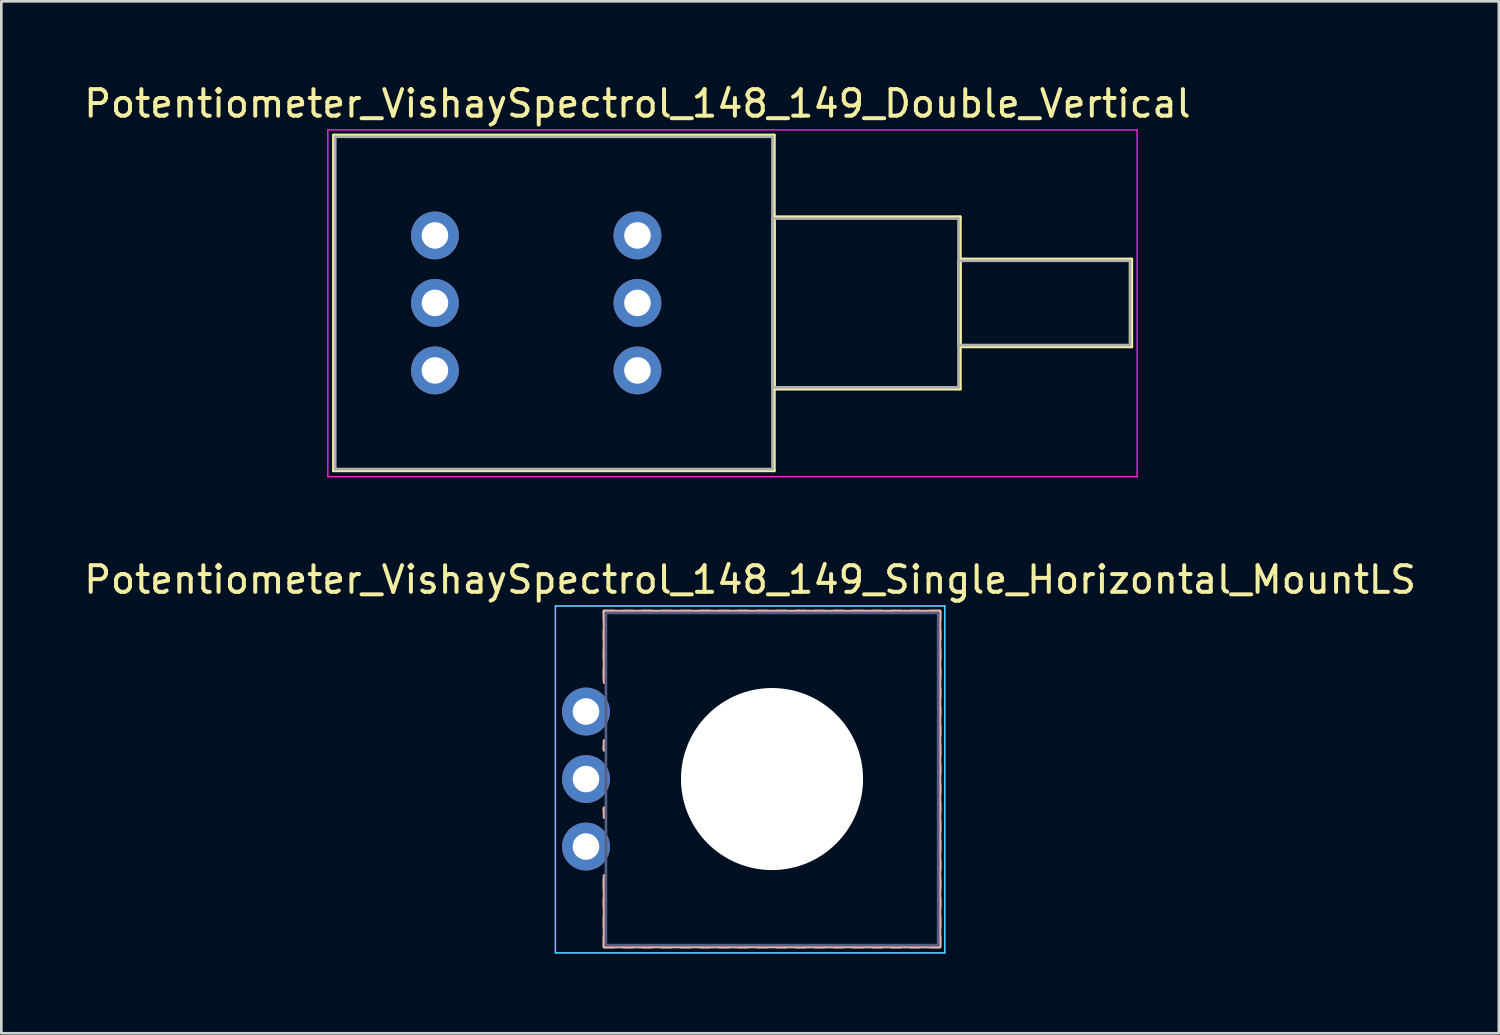
<source format=kicad_pcb>
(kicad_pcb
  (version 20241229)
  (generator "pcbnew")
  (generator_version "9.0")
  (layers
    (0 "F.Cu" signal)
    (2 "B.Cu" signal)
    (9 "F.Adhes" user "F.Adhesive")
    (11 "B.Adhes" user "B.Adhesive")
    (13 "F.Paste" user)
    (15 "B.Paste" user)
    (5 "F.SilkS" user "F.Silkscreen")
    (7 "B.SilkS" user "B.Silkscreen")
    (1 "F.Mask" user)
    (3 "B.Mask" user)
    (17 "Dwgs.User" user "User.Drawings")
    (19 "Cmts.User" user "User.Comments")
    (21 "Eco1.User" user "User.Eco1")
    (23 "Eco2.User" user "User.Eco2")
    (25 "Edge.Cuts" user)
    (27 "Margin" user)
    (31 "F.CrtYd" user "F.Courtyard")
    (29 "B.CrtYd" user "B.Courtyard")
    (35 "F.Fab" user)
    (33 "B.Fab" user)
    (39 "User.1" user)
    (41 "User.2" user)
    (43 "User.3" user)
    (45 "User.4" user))
  (footprint "Potentiometer_VishaySpectrol_148_149_Single_Horizontal_MountLS"
    (layer "F.Cu")
    (at 18.998 28.802)
    (property "Reference" "Potentiometer_VishaySpectrol_148_149_Single_Horizontal_MountLS" (at 6.175 -10.04 0) (layer "F.SilkS") (effects (font (size 1 1) (thickness 0.15))))
    (attr through_hole)
    (fp_line (start 0.69 -8.85) (end 0.69 -8.49) (stroke (width 0.12) (type solid)) (layer "F.SilkS"))
    (fp_line (start 0.69 -8.85) (end 1.05 -8.85) (stroke (width 0.12) (type solid)) (layer "F.SilkS"))
    (fp_line (start 0.69 -8.13) (end 0.69 -7.77) (stroke (width 0.12) (type solid)) (layer "F.SilkS"))
    (fp_line (start 0.69 -7.41) (end 0.69 -7.051) (stroke (width 0.12) (type solid)) (layer "F.SilkS"))
    (fp_line (start 0.69 -6.69) (end 0.69 -6.33) (stroke (width 0.12) (type solid)) (layer "F.SilkS"))
    (fp_line (start 0.69 -3.81) (end 0.69 -3.635) (stroke (width 0.12) (type solid)) (layer "F.SilkS"))
    (fp_line (start 0.69 -1.445) (end 0.69 -1.29) (stroke (width 0.12) (type solid)) (layer "F.SilkS"))
    (fp_line (start 0.69 1.23) (end 0.69 1.59) (stroke (width 0.12) (type solid)) (layer "F.SilkS"))
    (fp_line (start 0.69 1.95) (end 0.69 2.31) (stroke (width 0.12) (type solid)) (layer "F.SilkS"))
    (fp_line (start 0.69 2.67) (end 0.69 3.03) (stroke (width 0.12) (type solid)) (layer "F.SilkS"))
    (fp_line (start 0.69 3.39) (end 0.69 3.75) (stroke (width 0.12) (type solid)) (layer "F.SilkS"))
    (fp_line (start 0.69 3.77) (end 1.05 3.77) (stroke (width 0.12) (type solid)) (layer "F.SilkS"))
    (fp_line (start 1.41 -8.85) (end 1.77 -8.85) (stroke (width 0.12) (type solid)) (layer "F.SilkS"))
    (fp_line (start 1.41 3.77) (end 1.77 3.77) (stroke (width 0.12) (type solid)) (layer "F.SilkS"))
    (fp_line (start 2.13 -8.85) (end 2.49 -8.85) (stroke (width 0.12) (type solid)) (layer "F.SilkS"))
    (fp_line (start 2.13 3.77) (end 2.49 3.77) (stroke (width 0.12) (type solid)) (layer "F.SilkS"))
    (fp_line (start 2.85 -8.85) (end 3.21 -8.85) (stroke (width 0.12) (type solid)) (layer "F.SilkS"))
    (fp_line (start 2.85 3.77) (end 3.21 3.77) (stroke (width 0.12) (type solid)) (layer "F.SilkS"))
    (fp_line (start 3.57 -8.85) (end 3.93 -8.85) (stroke (width 0.12) (type solid)) (layer "F.SilkS"))
    (fp_line (start 3.57 3.77) (end 3.93 3.77) (stroke (width 0.12) (type solid)) (layer "F.SilkS"))
    (fp_line (start 4.29 -8.85) (end 4.65 -8.85) (stroke (width 0.12) (type solid)) (layer "F.SilkS"))
    (fp_line (start 4.29 3.77) (end 4.65 3.77) (stroke (width 0.12) (type solid)) (layer "F.SilkS"))
    (fp_line (start 5.01 -8.85) (end 5.37 -8.85) (stroke (width 0.12) (type solid)) (layer "F.SilkS"))
    (fp_line (start 5.01 3.77) (end 5.37 3.77) (stroke (width 0.12) (type solid)) (layer "F.SilkS"))
    (fp_line (start 5.73 -8.85) (end 6.09 -8.85) (stroke (width 0.12) (type solid)) (layer "F.SilkS"))
    (fp_line (start 5.73 3.77) (end 6.09 3.77) (stroke (width 0.12) (type solid)) (layer "F.SilkS"))
    (fp_line (start 6.45 -8.85) (end 6.81 -8.85) (stroke (width 0.12) (type solid)) (layer "F.SilkS"))
    (fp_line (start 6.45 3.77) (end 6.81 3.77) (stroke (width 0.12) (type solid)) (layer "F.SilkS"))
    (fp_line (start 7.17 -8.85) (end 7.53 -8.85) (stroke (width 0.12) (type solid)) (layer "F.SilkS"))
    (fp_line (start 7.17 3.77) (end 7.53 3.77) (stroke (width 0.12) (type solid)) (layer "F.SilkS"))
    (fp_line (start 7.89 -8.85) (end 8.25 -8.85) (stroke (width 0.12) (type solid)) (layer "F.SilkS"))
    (fp_line (start 7.89 3.77) (end 8.25 3.77) (stroke (width 0.12) (type solid)) (layer "F.SilkS"))
    (fp_line (start 8.61 -8.85) (end 8.97 -8.85) (stroke (width 0.12) (type solid)) (layer "F.SilkS"))
    (fp_line (start 8.61 3.77) (end 8.97 3.77) (stroke (width 0.12) (type solid)) (layer "F.SilkS"))
    (fp_line (start 9.33 -8.85) (end 9.69 -8.85) (stroke (width 0.12) (type solid)) (layer "F.SilkS"))
    (fp_line (start 9.33 3.77) (end 9.69 3.77) (stroke (width 0.12) (type solid)) (layer "F.SilkS"))
    (fp_line (start 10.05 -8.85) (end 10.41 -8.85) (stroke (width 0.12) (type solid)) (layer "F.SilkS"))
    (fp_line (start 10.05 3.77) (end 10.41 3.77) (stroke (width 0.12) (type solid)) (layer "F.SilkS"))
    (fp_line (start 10.77 -8.85) (end 11.13 -8.85) (stroke (width 0.12) (type solid)) (layer "F.SilkS"))
    (fp_line (start 10.77 3.77) (end 11.13 3.77) (stroke (width 0.12) (type solid)) (layer "F.SilkS"))
    (fp_line (start 11.49 -8.85) (end 11.85 -8.85) (stroke (width 0.12) (type solid)) (layer "F.SilkS"))
    (fp_line (start 11.49 3.77) (end 11.85 3.77) (stroke (width 0.12) (type solid)) (layer "F.SilkS"))
    (fp_line (start 12.21 -8.85) (end 12.57 -8.85) (stroke (width 0.12) (type solid)) (layer "F.SilkS"))
    (fp_line (start 12.21 3.77) (end 12.57 3.77) (stroke (width 0.12) (type solid)) (layer "F.SilkS"))
    (fp_line (start 12.931 -8.85) (end 13.29 -8.85) (stroke (width 0.12) (type solid)) (layer "F.SilkS"))
    (fp_line (start 12.931 3.77) (end 13.29 3.77) (stroke (width 0.12) (type solid)) (layer "F.SilkS"))
    (fp_line (start 13.31 -8.85) (end 13.31 -8.49) (stroke (width 0.12) (type solid)) (layer "F.SilkS"))
    (fp_line (start 13.31 -8.13) (end 13.31 -7.77) (stroke (width 0.12) (type solid)) (layer "F.SilkS"))
    (fp_line (start 13.31 -7.41) (end 13.31 -7.051) (stroke (width 0.12) (type solid)) (layer "F.SilkS"))
    (fp_line (start 13.31 -6.69) (end 13.31 -6.33) (stroke (width 0.12) (type solid)) (layer "F.SilkS"))
    (fp_line (start 13.31 -5.971) (end 13.31 -5.611) (stroke (width 0.12) (type solid)) (layer "F.SilkS"))
    (fp_line (start 13.31 -5.251) (end 13.31 -4.89) (stroke (width 0.12) (type solid)) (layer "F.SilkS"))
    (fp_line (start 13.31 -4.53) (end 13.31 -4.17) (stroke (width 0.12) (type solid)) (layer "F.SilkS"))
    (fp_line (start 13.31 -3.81) (end 13.31 -3.45) (stroke (width 0.12) (type solid)) (layer "F.SilkS"))
    (fp_line (start 13.31 -3.09) (end 13.31 -2.73) (stroke (width 0.12) (type solid)) (layer "F.SilkS"))
    (fp_line (start 13.31 -2.37) (end 13.31 -2.01) (stroke (width 0.12) (type solid)) (layer "F.SilkS"))
    (fp_line (start 13.31 -1.65) (end 13.31 -1.29) (stroke (width 0.12) (type solid)) (layer "F.SilkS"))
    (fp_line (start 13.31 -0.93) (end 13.31 -0.57) (stroke (width 0.12) (type solid)) (layer "F.SilkS"))
    (fp_line (start 13.31 -0.21) (end 13.31 0.15) (stroke (width 0.12) (type solid)) (layer "F.SilkS"))
    (fp_line (start 13.31 0.51) (end 13.31 0.87) (stroke (width 0.12) (type solid)) (layer "F.SilkS"))
    (fp_line (start 13.31 1.23) (end 13.31 1.59) (stroke (width 0.12) (type solid)) (layer "F.SilkS"))
    (fp_line (start 13.31 1.95) (end 13.31 2.31) (stroke (width 0.12) (type solid)) (layer "F.SilkS"))
    (fp_line (start 13.31 2.67) (end 13.31 3.03) (stroke (width 0.12) (type solid)) (layer "F.SilkS"))
    (fp_line (start 13.31 3.39) (end 13.31 3.75) (stroke (width 0.12) (type solid)) (layer "F.SilkS"))
    (fp_line (start 0.69 -8.85) (end 0.69 -6.175) (stroke (width 0.12) (type solid)) (layer "B.SilkS"))
    (fp_line (start 0.69 -8.85) (end 13.31 -8.85) (stroke (width 0.12) (type solid)) (layer "B.SilkS"))
    (fp_line (start 0.69 -3.985) (end 0.69 -3.635) (stroke (width 0.12) (type solid)) (layer "B.SilkS"))
    (fp_line (start 0.69 -1.445) (end 0.69 -1.095) (stroke (width 0.12) (type solid)) (layer "B.SilkS"))
    (fp_line (start 0.69 1.095) (end 0.69 3.77) (stroke (width 0.12) (type solid)) (layer "B.SilkS"))
    (fp_line (start 0.69 3.77) (end 13.31 3.77) (stroke (width 0.12) (type solid)) (layer "B.SilkS"))
    (fp_line (start 13.31 -8.85) (end 13.31 3.77) (stroke (width 0.12) (type solid)) (layer "B.SilkS"))
    (fp_line (start -1.15 -9.05) (end -1.15 4) (stroke (width 0.05) (type solid)) (layer "B.CrtYd"))
    (fp_line (start -1.15 4) (end 13.5 4) (stroke (width 0.05) (type solid)) (layer "B.CrtYd"))
    (fp_line (start 13.5 -9.05) (end -1.15 -9.05) (stroke (width 0.05) (type solid)) (layer "B.CrtYd"))
    (fp_line (start 13.5 4) (end 13.5 -9.05) (stroke (width 0.05) (type solid)) (layer "B.CrtYd"))
    (fp_line (start -1.15 -9.05) (end -1.15 4) (stroke (width 0.05) (type solid)) (layer "F.CrtYd"))
    (fp_line (start -1.15 4) (end 13.5 4) (stroke (width 0.05) (type solid)) (layer "F.CrtYd"))
    (fp_line (start 13.5 -9.05) (end -1.15 -9.05) (stroke (width 0.05) (type solid)) (layer "F.CrtYd"))
    (fp_line (start 13.5 4) (end 13.5 -9.05) (stroke (width 0.05) (type solid)) (layer "F.CrtYd"))
    (fp_line (start 0.75 -8.79) (end 0.75 3.71) (stroke (width 0.1) (type solid)) (layer "B.Fab"))
    (fp_line (start 0.75 3.71) (end 13.25 3.71) (stroke (width 0.1) (type solid)) (layer "B.Fab"))
    (fp_line (start 13.25 -8.79) (end 0.75 -8.79) (stroke (width 0.1) (type solid)) (layer "B.Fab"))
    (fp_line (start 13.25 3.71) (end 13.25 -8.79) (stroke (width 0.1) (type solid)) (layer "B.Fab"))
    (fp_circle (center 7 -2.54) (end 8.585 -2.54) (stroke (width 0.1) (type solid)) (fill no) (layer "B.Fab"))
    (fp_circle (center 7 -2.54) (end 10.175 -2.54) (stroke (width 0.1) (type solid)) (fill no) (layer "B.Fab"))
    (pad "" np_thru_hole circle (at 7 -2.54) (size 6.85 6.85) (drill 6.85) (layers "*.Cu" "*.Mask"))
    (pad "1" thru_hole circle (at 0 0) (size 1.8 1.8) (drill 1) (layers "*.Cu" "*.Mask"))
    (pad "2" thru_hole circle (at 0 -2.54) (size 1.8 1.8) (drill 1) (layers "*.Cu" "*.Mask"))
    (pad "3" thru_hole circle (at 0 -5.08) (size 1.8 1.8) (drill 1) (layers "*.Cu" "*.Mask")))
  (footprint "Potentiometer_VishaySpectrol_148_149_Double_Vertical"
    (layer "F.Cu")
    (at 20.935 10.888)
    (property "Reference" "Potentiometer_VishaySpectrol_148_149_Double_Vertical" (at 0 -10.04 0) (layer "F.SilkS") (effects (font (size 1 1) (thickness 0.15))))
    (attr through_hole)
    (fp_line (start -11.43 -8.85) (end -11.43 3.77) (stroke (width 0.12) (type solid)) (layer "F.SilkS"))
    (fp_line (start -11.43 -8.85) (end 5.141 -8.85) (stroke (width 0.12) (type solid)) (layer "F.SilkS"))
    (fp_line (start -11.43 3.77) (end 5.141 3.77) (stroke (width 0.12) (type solid)) (layer "F.SilkS"))
    (fp_line (start 5.141 -8.85) (end 5.141 3.77) (stroke (width 0.12) (type solid)) (layer "F.SilkS"))
    (fp_line (start 5.141 -5.775) (end 5.141 0.695) (stroke (width 0.12) (type solid)) (layer "F.SilkS"))
    (fp_line (start 5.141 -5.775) (end 12.14 -5.775) (stroke (width 0.12) (type solid)) (layer "F.SilkS"))
    (fp_line (start 5.141 0.695) (end 12.14 0.695) (stroke (width 0.12) (type solid)) (layer "F.SilkS"))
    (fp_line (start 12.14 -5.775) (end 12.14 0.695) (stroke (width 0.12) (type solid)) (layer "F.SilkS"))
    (fp_line (start 12.14 -4.185) (end 12.14 -0.895) (stroke (width 0.12) (type solid)) (layer "F.SilkS"))
    (fp_line (start 12.14 -4.185) (end 18.591 -4.185) (stroke (width 0.12) (type solid)) (layer "F.SilkS"))
    (fp_line (start 12.14 -0.895) (end 18.591 -0.895) (stroke (width 0.12) (type solid)) (layer "F.SilkS"))
    (fp_line (start 18.591 -4.185) (end 18.591 -0.895) (stroke (width 0.12) (type solid)) (layer "F.SilkS"))
    (fp_line (start -11.65 -9.05) (end -11.65 4) (stroke (width 0.05) (type solid)) (layer "F.CrtYd"))
    (fp_line (start -11.65 4) (end 18.8 4) (stroke (width 0.05) (type solid)) (layer "F.CrtYd"))
    (fp_line (start 18.8 -9.05) (end -11.65 -9.05) (stroke (width 0.05) (type solid)) (layer "F.CrtYd"))
    (fp_line (start 18.8 4) (end 18.8 -9.05) (stroke (width 0.05) (type solid)) (layer "F.CrtYd"))
    (fp_line (start -11.37 -8.79) (end -11.37 3.71) (stroke (width 0.1) (type solid)) (layer "F.Fab"))
    (fp_line (start -11.37 3.71) (end 5.08 3.71) (stroke (width 0.1) (type solid)) (layer "F.Fab"))
    (fp_line (start 5.08 -8.79) (end -11.37 -8.79) (stroke (width 0.1) (type solid)) (layer "F.Fab"))
    (fp_line (start 5.08 -5.715) (end 5.08 0.635) (stroke (width 0.1) (type solid)) (layer "F.Fab"))
    (fp_line (start 5.08 0.635) (end 12.08 0.635) (stroke (width 0.1) (type solid)) (layer "F.Fab"))
    (fp_line (start 5.08 3.71) (end 5.08 -8.79) (stroke (width 0.1) (type solid)) (layer "F.Fab"))
    (fp_line (start 12.08 -5.715) (end 5.08 -5.715) (stroke (width 0.1) (type solid)) (layer "F.Fab"))
    (fp_line (start 12.08 -4.125) (end 12.08 -0.955) (stroke (width 0.1) (type solid)) (layer "F.Fab"))
    (fp_line (start 12.08 -0.955) (end 18.53 -0.955) (stroke (width 0.1) (type solid)) (layer "F.Fab"))
    (fp_line (start 12.08 0.635) (end 12.08 -5.715) (stroke (width 0.1) (type solid)) (layer "F.Fab"))
    (fp_line (start 18.53 -4.125) (end 12.08 -4.125) (stroke (width 0.1) (type solid)) (layer "F.Fab"))
    (fp_line (start 18.53 -0.955) (end 18.53 -4.125) (stroke (width 0.1) (type solid)) (layer "F.Fab"))
    (pad "1" thru_hole circle (at 0 0) (size 1.8 1.8) (drill 1) (layers "*.Cu" "*.Mask"))
    (pad "2" thru_hole circle (at 0 -2.54) (size 1.8 1.8) (drill 1) (layers "*.Cu" "*.Mask"))
    (pad "3" thru_hole circle (at 0 -5.08) (size 1.8 1.8) (drill 1) (layers "*.Cu" "*.Mask"))
    (pad "4" thru_hole circle (at -7.62 0) (size 1.8 1.8) (drill 1) (layers "*.Cu" "*.Mask"))
    (pad "5" thru_hole circle (at -7.62 -2.54) (size 1.8 1.8) (drill 1) (layers "*.Cu" "*.Mask"))
    (pad "6" thru_hole circle (at -7.62 -5.08) (size 1.8 1.8) (drill 1) (layers "*.Cu" "*.Mask")))
  (gr_rect
    (start -3 -3)
    (end 53.345 35.827)
    (stroke (width 0.1) (type default))
    (fill no)
    (layer "Edge.Cuts")))
</source>
